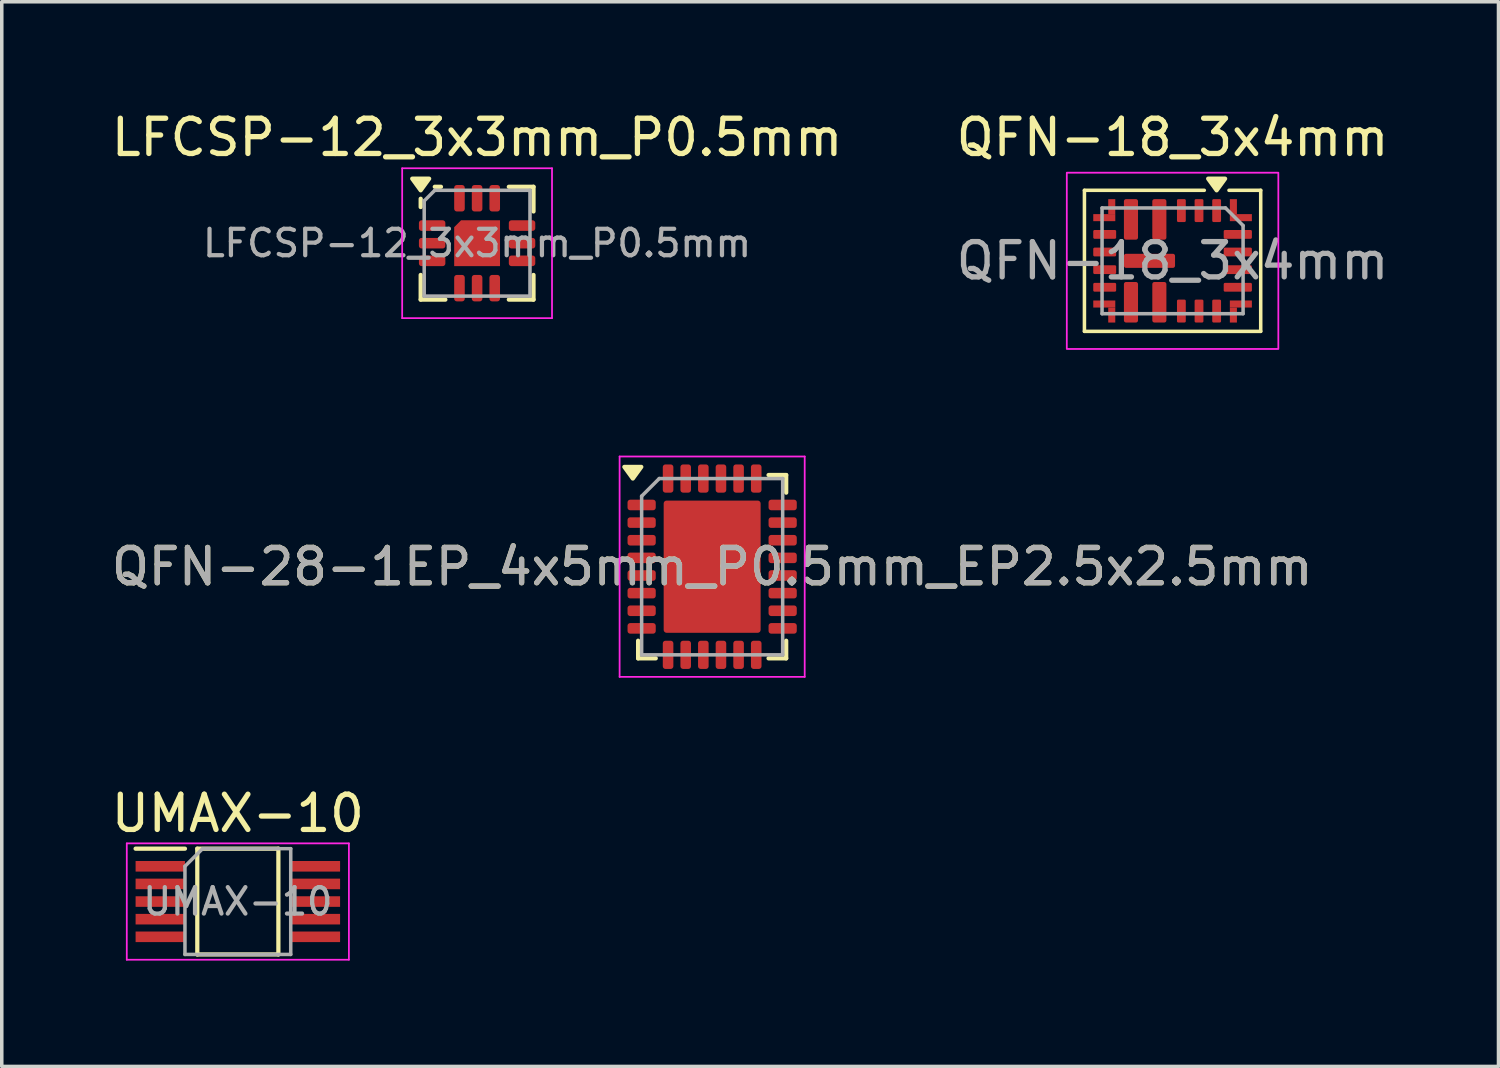
<source format=kicad_pcb>
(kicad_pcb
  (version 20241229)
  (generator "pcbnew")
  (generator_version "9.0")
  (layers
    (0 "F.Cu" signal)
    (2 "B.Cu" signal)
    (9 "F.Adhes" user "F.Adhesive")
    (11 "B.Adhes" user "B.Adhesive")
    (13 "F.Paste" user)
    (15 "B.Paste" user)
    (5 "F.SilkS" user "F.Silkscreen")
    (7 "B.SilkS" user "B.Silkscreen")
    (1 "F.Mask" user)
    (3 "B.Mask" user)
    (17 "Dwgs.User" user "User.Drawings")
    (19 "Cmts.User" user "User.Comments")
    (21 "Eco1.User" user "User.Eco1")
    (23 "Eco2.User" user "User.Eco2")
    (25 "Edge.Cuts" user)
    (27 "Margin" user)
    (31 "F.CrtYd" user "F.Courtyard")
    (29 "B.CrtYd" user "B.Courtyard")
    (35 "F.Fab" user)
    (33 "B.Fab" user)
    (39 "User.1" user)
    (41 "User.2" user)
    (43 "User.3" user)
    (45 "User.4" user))
  (footprint "LFCSP-12_3x3mm_P0.5mm"
    (layer "F.Cu")
    (at 10.482 3.848)
    (property "Reference" "LFCSP-12_3x3mm_P0.5mm" (at 0 -3 0) (layer "F.SilkS") (effects (font (size 1 1) (thickness 0.15))))
    (attr smd)
    (fp_line (start -1.6 -1.025) (end -1.6 -1.26) (stroke (width 0.12) (type solid)) (layer "F.SilkS"))
    (fp_line (start -1.6 1.6) (end -1.6 0.9) (stroke (width 0.12) (type solid)) (layer "F.SilkS"))
    (fp_line (start -1.025 -1.6) (end -1.2 -1.6) (stroke (width 0.12) (type solid)) (layer "F.SilkS"))
    (fp_line (start -0.9 1.6) (end -1.6 1.6) (stroke (width 0.12) (type solid)) (layer "F.SilkS"))
    (fp_line (start 0.9 -1.6) (end 1.6 -1.6) (stroke (width 0.12) (type solid)) (layer "F.SilkS"))
    (fp_line (start 1.6 -1.6) (end 1.6 -0.9) (stroke (width 0.12) (type solid)) (layer "F.SilkS"))
    (fp_line (start 1.6 0.9) (end 1.6 1.6) (stroke (width 0.12) (type solid)) (layer "F.SilkS"))
    (fp_line (start 1.6 1.6) (end 0.9 1.6) (stroke (width 0.12) (type solid)) (layer "F.SilkS"))
    (fp_poly (pts (xy -1.6 -1.5) (xy -1.84 -1.83) (xy -1.36 -1.83) (xy -1.6 -1.5)) (stroke (width 0.12) (type solid)) (fill yes) (layer "F.SilkS"))
    (fp_line (start -2.125 -2.125) (end 2.125 -2.125) (stroke (width 0.05) (type solid)) (layer "F.CrtYd"))
    (fp_line (start -2.125 2.125) (end -2.125 -2.125) (stroke (width 0.05) (type solid)) (layer "F.CrtYd"))
    (fp_line (start 2.125 -2.125) (end 2.125 2.125) (stroke (width 0.05) (type solid)) (layer "F.CrtYd"))
    (fp_line (start 2.125 2.125) (end -2.125 2.125) (stroke (width 0.05) (type solid)) (layer "F.CrtYd"))
    (fp_line (start -1.5 -1.2) (end -1.2 -1.5) (stroke (width 0.1) (type solid)) (layer "F.Fab"))
    (fp_line (start -1.5 1.5) (end -1.5 -1.2) (stroke (width 0.1) (type solid)) (layer "F.Fab"))
    (fp_line (start -1.2 -1.5) (end 1.5 -1.5) (stroke (width 0.1) (type solid)) (layer "F.Fab"))
    (fp_line (start 1.5 -1.5) (end 1.5 1.5) (stroke (width 0.1) (type solid)) (layer "F.Fab"))
    (fp_line (start 1.5 1.5) (end -1.5 1.5) (stroke (width 0.1) (type solid)) (layer "F.Fab"))
    (fp_text user "${REFERENCE}" (at 0 0 0) (layer "F.Fab") (effects (font (size 0.75 0.75) (thickness 0.12))))
    (pad "1" smd roundrect (at -1.275 -0.5 90) (size 0.3 0.75) (layers "F.Cu" "F.Mask" "F.Paste") (roundrect_rratio 0.25))
    (pad "2" smd roundrect (at -1.275 0 90) (size 0.3 0.75) (layers "F.Cu" "F.Mask" "F.Paste") (roundrect_rratio 0.25))
    (pad "3" smd roundrect (at -1.275 0.5 90) (size 0.3 0.75) (layers "F.Cu" "F.Mask" "F.Paste") (roundrect_rratio 0.25))
    (pad "4" smd roundrect (at -0.5 1.275) (size 0.3 0.75) (layers "F.Cu" "F.Mask" "F.Paste") (roundrect_rratio 0.25))
    (pad "5" smd roundrect (at 0 1.275) (size 0.3 0.75) (layers "F.Cu" "F.Mask" "F.Paste") (roundrect_rratio 0.25))
    (pad "6" smd roundrect (at 0.5 1.275) (size 0.3 0.75) (layers "F.Cu" "F.Mask" "F.Paste") (roundrect_rratio 0.25))
    (pad "7" smd roundrect (at 1.275 0.5 90) (size 0.3 0.75) (layers "F.Cu" "F.Mask" "F.Paste") (roundrect_rratio 0.25))
    (pad "8" smd roundrect (at 1.275 0 90) (size 0.3 0.75) (layers "F.Cu" "F.Mask" "F.Paste") (roundrect_rratio 0.25))
    (pad "9" smd roundrect (at 1.275 -0.5 90) (size 0.3 0.75) (layers "F.Cu" "F.Mask" "F.Paste") (roundrect_rratio 0.25))
    (pad "10" smd roundrect (at 0.5 -1.275) (size 0.3 0.75) (layers "F.Cu" "F.Mask" "F.Paste") (roundrect_rratio 0.25))
    (pad "11" smd roundrect (at 0 -1.275) (size 0.3 0.75) (layers "F.Cu" "F.Mask" "F.Paste") (roundrect_rratio 0.25))
    (pad "12" smd roundrect (at -0.5 -1.275) (size 0.3 0.75) (layers "F.Cu" "F.Mask" "F.Paste") (roundrect_rratio 0.25))
    (pad "13" smd roundrect (at 0 0) (size 1.3 1.3) (layers "F.Cu" "F.Mask" "F.Paste") (roundrect_rratio 0) (chamfer_ratio 0.15) (chamfer top_left)))
  (footprint "UMAX-10"
    (layer "F.Cu")
    (at 3.696 22.521)
    (property "Reference" "UMAX-10" (at 0 -2.5 0) (layer "F.SilkS") (effects (font (size 1 1) (thickness 0.15))))
    (attr smd)
    (fp_line (start -2.9 -1.5) (end -1.5 -1.5) (stroke (width 0.12) (type solid)) (layer "F.SilkS"))
    (fp_line (start -1.15 -1.5) (end 1.15 -1.5) (stroke (width 0.12) (type solid)) (layer "F.SilkS"))
    (fp_line (start -1.15 1.5) (end -1.15 -1.5) (stroke (width 0.12) (type solid)) (layer "F.SilkS"))
    (fp_line (start 1.15 -1.5) (end 1.15 1.5) (stroke (width 0.12) (type solid)) (layer "F.SilkS"))
    (fp_line (start 1.15 1.5) (end -1.15 1.5) (stroke (width 0.12) (type solid)) (layer "F.SilkS"))
    (fp_line (start -3.15 -1.65) (end 3.15 -1.65) (stroke (width 0.05) (type solid)) (layer "F.CrtYd"))
    (fp_line (start -3.15 1.65) (end -3.15 -1.65) (stroke (width 0.05) (type solid)) (layer "F.CrtYd"))
    (fp_line (start 3.15 -1.65) (end 3.15 1.65) (stroke (width 0.05) (type solid)) (layer "F.CrtYd"))
    (fp_line (start 3.15 1.65) (end -3.15 1.65) (stroke (width 0.05) (type solid)) (layer "F.CrtYd"))
    (fp_line (start -1.5 -1) (end -1 -1.5) (stroke (width 0.1) (type solid)) (layer "F.Fab"))
    (fp_line (start -1.5 1.5) (end -1.5 -1) (stroke (width 0.1) (type solid)) (layer "F.Fab"))
    (fp_line (start -1 -1.5) (end 1.5 -1.5) (stroke (width 0.1) (type solid)) (layer "F.Fab"))
    (fp_line (start 1.5 -1.5) (end 1.5 1.5) (stroke (width 0.1) (type solid)) (layer "F.Fab"))
    (fp_line (start 1.5 1.5) (end -1.5 1.5) (stroke (width 0.1) (type solid)) (layer "F.Fab"))
    (fp_text user "${REFERENCE}" (at 0 0 0) (layer "F.Fab") (effects (font (size 0.75 0.75) (thickness 0.12))))
    (pad "1" smd rect (at -2.2 -1 90) (size 0.3 1.4) (layers "F.Cu" "F.Mask" "F.Paste"))
    (pad "2" smd rect (at -2.2 -0.5 90) (size 0.3 1.4) (layers "F.Cu" "F.Mask" "F.Paste"))
    (pad "3" smd rect (at -2.2 0 90) (size 0.3 1.4) (layers "F.Cu" "F.Mask" "F.Paste"))
    (pad "4" smd rect (at -2.2 0.5 90) (size 0.3 1.4) (layers "F.Cu" "F.Mask" "F.Paste"))
    (pad "5" smd rect (at -2.2 1 90) (size 0.3 1.4) (layers "F.Cu" "F.Mask" "F.Paste"))
    (pad "6" smd rect (at 2.2 1 90) (size 0.3 1.4) (layers "F.Cu" "F.Mask" "F.Paste"))
    (pad "7" smd rect (at 2.2 0.5 90) (size 0.3 1.4) (layers "F.Cu" "F.Mask" "F.Paste"))
    (pad "8" smd rect (at 2.2 0 90) (size 0.3 1.4) (layers "F.Cu" "F.Mask" "F.Paste"))
    (pad "9" smd rect (at 2.2 -0.5 90) (size 0.3 1.4) (layers "F.Cu" "F.Mask" "F.Paste"))
    (pad "10" smd rect (at 2.2 -1 90) (size 0.3 1.4) (layers "F.Cu" "F.Mask" "F.Paste")))
  (footprint "QFN-18_3x4mm"
    (layer "F.Cu")
    (at 30.208 4.348)
    (property "Reference" "QFN-18_3x4mm" (at 0 -3.5 0) (layer "F.SilkS") (effects (font (size 1 1) (thickness 0.15))))
    (attr smd)
    (fp_line (start -2.5 -2) (end -2.5 2) (stroke (width 0.1) (type default)) (layer "F.SilkS"))
    (fp_line (start -2.5 -2) (end 0.9 -2) (stroke (width 0.1) (type default)) (layer "F.SilkS"))
    (fp_line (start -2.5 2) (end 2.5 2) (stroke (width 0.1) (type default)) (layer "F.SilkS"))
    (fp_line (start 2.5 -2) (end 1.6 -2) (stroke (width 0.1) (type default)) (layer "F.SilkS"))
    (fp_line (start 2.5 -2) (end 2.5 2) (stroke (width 0.1) (type default)) (layer "F.SilkS"))
    (fp_poly (pts (xy 1.25 -2) (xy 1.01 -2.33) (xy 1.49 -2.33) (xy 1.25 -2)) (stroke (width 0.12) (type solid)) (fill yes) (layer "F.SilkS"))
    (fp_rect (start -3 -2.5) (end 3 2.5) (stroke (width 0.05) (type default)) (fill no) (layer "F.CrtYd"))
    (fp_line (start -2 -1.5) (end 1.5 -1.5) (stroke (width 0.1) (type solid)) (layer "F.Fab"))
    (fp_line (start -2 1.5) (end -2 -1.5) (stroke (width 0.1) (type solid)) (layer "F.Fab"))
    (fp_line (start 1.5 -1.5) (end 2 -1) (stroke (width 0.1) (type default)) (layer "F.Fab"))
    (fp_line (start 2 -1) (end 2 1.5) (stroke (width 0.1) (type solid)) (layer "F.Fab"))
    (fp_line (start 2 1.5) (end -2 1.5) (stroke (width 0.1) (type solid)) (layer "F.Fab"))
    (fp_text user "${REFERENCE}" (at 0 0 0) (layer "F.Fab") (effects (font (size 1 1) (thickness 0.15))))
    (pad "1" smd roundrect (at 1.25 -1.425) (size 0.25 0.65) (layers "F.Cu" "F.Mask" "F.Paste") (roundrect_rratio 0.15))
    (pad "2" smd roundrect (at 0.75 -1.425) (size 0.25 0.65) (layers "F.Cu" "F.Mask" "F.Paste") (roundrect_rratio 0.15))
    (pad "3" smd roundrect (at 0.25 -1.425) (size 0.25 0.65) (layers "F.Cu" "F.Mask" "F.Paste") (roundrect_rratio 0.15))
    (pad "4" smd roundrect (at -0.375 -1.175) (size 0.4 1.15) (layers "F.Cu" "F.Mask" "F.Paste") (roundrect_rratio 0.15))
    (pad "6" smd roundrect (at -1.18 -1.175) (size 0.4 1.15) (layers "F.Cu" "F.Mask" "F.Paste") (roundrect_rratio 0.15))
    (pad "7" smd roundrect (at -1.925 -0.75 90) (size 0.25 0.65) (layers "F.Cu" "F.Mask" "F.Paste") (roundrect_rratio 0.15))
    (pad "8" smd roundrect (at -1.925 -0.25 90) (size 0.25 0.65) (layers "F.Cu" "F.Mask" "F.Paste") (roundrect_rratio 0.15))
    (pad "9" smd roundrect (at -1.925 0.25 90) (size 0.25 0.65) (layers "F.Cu" "F.Mask" "F.Paste") (roundrect_rratio 0.15))
    (pad "10" smd roundrect (at -1.925 0.75 90) (size 0.25 0.65) (layers "F.Cu" "F.Mask" "F.Paste") (roundrect_rratio 0.15))
    (pad "11" smd roundrect (at -1.18 1.175) (size 0.4 1.15) (layers "F.Cu" "F.Mask" "F.Paste") (roundrect_rratio 0.15))
    (pad "13" smd roundrect (at -0.375 1.175) (size 0.4 1.15) (layers "F.Cu" "F.Mask" "F.Paste") (roundrect_rratio 0.15))
    (pad "14" smd roundrect (at 0.25 1.425) (size 0.25 0.65) (layers "F.Cu" "F.Mask" "F.Paste") (roundrect_rratio 0.15))
    (pad "15" smd roundrect (at 0.75 1.425) (size 0.25 0.65) (layers "F.Cu" "F.Mask" "F.Paste") (roundrect_rratio 0.15))
    (pad "16" smd roundrect (at 1.25 1.425) (size 0.25 0.65) (layers "F.Cu" "F.Mask" "F.Paste") (roundrect_rratio 0.15))
    (pad "17" smd roundrect (at 1.85 0.75 90) (size 0.25 0.8) (layers "F.Cu" "F.Mask" "F.Paste") (roundrect_rratio 0.15))
    (pad "18" smd rect (at -1.937 -1.225 90) (size 0.2 0.625) (layers "F.Cu" "F.Mask" "F.Paste"))
    (pad "18" smd rect (at -1.937 1.225 90) (size 0.2 0.625) (layers "F.Cu" "F.Mask" "F.Paste"))
    (pad "18" smd rect (at -1.725 -1.537) (size 0.2 0.425) (layers "F.Cu" "F.Mask" "F.Paste"))
    (pad "18" smd rect (at -1.725 1.538) (size 0.2 0.425) (layers "F.Cu" "F.Mask" "F.Paste"))
    (pad "18" smd rect (at 1.725 -1.537) (size 0.2 0.425) (layers "F.Cu" "F.Mask" "F.Paste"))
    (pad "18" smd rect (at 1.725 1.538) (size 0.2 0.425) (layers "F.Cu" "F.Mask" "F.Paste"))
    (pad "18" smd roundrect (at 1.85 0.25 90) (size 0.25 0.8) (layers "F.Cu" "F.Mask" "F.Paste") (roundrect_rratio 0.15))
    (pad "18" smd rect (at 1.937 -1.225 90) (size 0.2 0.625) (layers "F.Cu" "F.Mask" "F.Paste"))
    (pad "18" smd rect (at 1.937 1.225 90) (size 0.2 0.625) (layers "F.Cu" "F.Mask" "F.Paste"))
    (pad "19" smd roundrect (at 1.85 -0.25 90) (size 0.25 0.8) (layers "F.Cu" "F.Mask" "F.Paste") (roundrect_rratio 0.15))
    (pad "20" smd roundrect (at 1.85 -0.75 90) (size 0.25 0.8) (layers "F.Cu" "F.Mask" "F.Paste") (roundrect_rratio 0.15))
    (pad "21" smd roundrect (at -0.655 0 90) (size 0.4 1.45) (layers "F.Cu" "F.Mask" "F.Paste") (roundrect_rratio 0.15)))
  (footprint "QFN-28-1EP_4x5mm_P0.5mm_EP2.5x2.5mm"
    (layer "F.Cu")
    (at 17.149 13.023)
    (property "Reference" "QFN-28-1EP_4x5mm_P0.5mm_EP2.5x2.5mm" (at 0 0 0) (layer "F.SilkS") (effects (font (size 1 1) (thickness 0.15))))
    (attr smd)
    (fp_line (start -2.1 2.6) (end -2.1 2.1) (stroke (width 0.12) (type solid)) (layer "F.SilkS"))
    (fp_line (start -1.6 2.6) (end -2.1 2.6) (stroke (width 0.12) (type solid)) (layer "F.SilkS"))
    (fp_line (start 1.6 -2.6) (end 2.1 -2.6) (stroke (width 0.12) (type solid)) (layer "F.SilkS"))
    (fp_line (start 1.6 2.6) (end 2.1 2.6) (stroke (width 0.12) (type solid)) (layer "F.SilkS"))
    (fp_line (start 2.1 -2.6) (end 2.1 -2.1) (stroke (width 0.12) (type solid)) (layer "F.SilkS"))
    (fp_line (start 2.1 2.6) (end 2.1 2.1) (stroke (width 0.12) (type solid)) (layer "F.SilkS"))
    (fp_poly (pts (xy -2.25 -2.5) (xy -2.49 -2.83) (xy -2.01 -2.83) (xy -2.25 -2.5)) (stroke (width 0.12) (type solid)) (fill yes) (layer "F.SilkS"))
    (fp_line (start -2.625 -3.125) (end 2.625 -3.125) (stroke (width 0.05) (type solid)) (layer "F.CrtYd"))
    (fp_line (start -2.625 3.125) (end -2.625 -3.125) (stroke (width 0.05) (type solid)) (layer "F.CrtYd"))
    (fp_line (start 2.625 -3.125) (end 2.625 3.125) (stroke (width 0.05) (type solid)) (layer "F.CrtYd"))
    (fp_line (start 2.625 3.125) (end -2.625 3.125) (stroke (width 0.05) (type solid)) (layer "F.CrtYd"))
    (fp_line (start -2 -2) (end -1.5 -2.5) (stroke (width 0.1) (type solid)) (layer "F.Fab"))
    (fp_line (start -2 2.5) (end -2 -2) (stroke (width 0.1) (type solid)) (layer "F.Fab"))
    (fp_line (start -1.5 -2.5) (end 2 -2.5) (stroke (width 0.1) (type solid)) (layer "F.Fab"))
    (fp_line (start 2 -2.5) (end 2 2.5) (stroke (width 0.1) (type solid)) (layer "F.Fab"))
    (fp_line (start 2 2.5) (end -2 2.5) (stroke (width 0.1) (type solid)) (layer "F.Fab"))
    (fp_text user "${REFERENCE}" (at 0 0 0) (layer "F.Fab") (effects (font (size 1 1) (thickness 0.15))))
    (pad "1" smd roundrect (at -2 -1.75 90) (size 0.3 0.8) (layers "F.Cu" "F.Mask" "F.Paste") (roundrect_rratio 0.25))
    (pad "2" smd roundrect (at -2 -1.25 90) (size 0.3 0.8) (layers "F.Cu" "F.Mask" "F.Paste") (roundrect_rratio 0.25))
    (pad "3" smd roundrect (at -2 -0.75 90) (size 0.3 0.8) (layers "F.Cu" "F.Mask" "F.Paste") (roundrect_rratio 0.25))
    (pad "4" smd roundrect (at -2 -0.25 90) (size 0.3 0.8) (layers "F.Cu" "F.Mask" "F.Paste") (roundrect_rratio 0.25))
    (pad "5" smd roundrect (at -2 0.25 90) (size 0.3 0.8) (layers "F.Cu" "F.Mask" "F.Paste") (roundrect_rratio 0.25))
    (pad "6" smd roundrect (at -2 0.75 90) (size 0.3 0.8) (layers "F.Cu" "F.Mask" "F.Paste") (roundrect_rratio 0.25))
    (pad "7" smd roundrect (at -2 1.25 90) (size 0.3 0.8) (layers "F.Cu" "F.Mask" "F.Paste") (roundrect_rratio 0.25))
    (pad "8" smd roundrect (at -2 1.75 90) (size 0.3 0.8) (layers "F.Cu" "F.Mask" "F.Paste") (roundrect_rratio 0.25))
    (pad "9" smd roundrect (at -1.25 2.5) (size 0.3 0.8) (layers "F.Cu" "F.Mask" "F.Paste") (roundrect_rratio 0.25))
    (pad "10" smd roundrect (at -0.75 2.5) (size 0.3 0.8) (layers "F.Cu" "F.Mask" "F.Paste") (roundrect_rratio 0.25))
    (pad "11" smd roundrect (at -0.25 2.5) (size 0.3 0.8) (layers "F.Cu" "F.Mask" "F.Paste") (roundrect_rratio 0.25))
    (pad "12" smd roundrect (at 0.25 2.5) (size 0.3 0.8) (layers "F.Cu" "F.Mask" "F.Paste") (roundrect_rratio 0.25))
    (pad "13" smd roundrect (at 0.75 2.5) (size 0.3 0.8) (layers "F.Cu" "F.Mask" "F.Paste") (roundrect_rratio 0.25))
    (pad "14" smd roundrect (at 1.25 2.5) (size 0.3 0.8) (layers "F.Cu" "F.Mask" "F.Paste") (roundrect_rratio 0.25))
    (pad "15" smd roundrect (at 2 1.75 90) (size 0.3 0.8) (layers "F.Cu" "F.Mask" "F.Paste") (roundrect_rratio 0.25))
    (pad "16" smd roundrect (at 2 1.25 90) (size 0.3 0.8) (layers "F.Cu" "F.Mask" "F.Paste") (roundrect_rratio 0.25))
    (pad "17" smd roundrect (at 2 0.75 90) (size 0.3 0.8) (layers "F.Cu" "F.Mask" "F.Paste") (roundrect_rratio 0.25))
    (pad "18" smd roundrect (at 2 0.25 90) (size 0.3 0.8) (layers "F.Cu" "F.Mask" "F.Paste") (roundrect_rratio 0.25))
    (pad "19" smd roundrect (at 2 -0.25 90) (size 0.3 0.8) (layers "F.Cu" "F.Mask" "F.Paste") (roundrect_rratio 0.25))
    (pad "20" smd roundrect (at 2 -0.75 90) (size 0.3 0.8) (layers "F.Cu" "F.Mask" "F.Paste") (roundrect_rratio 0.25))
    (pad "21" smd roundrect (at 2 -1.25 90) (size 0.3 0.8) (layers "F.Cu" "F.Mask" "F.Paste") (roundrect_rratio 0.25))
    (pad "22" smd roundrect (at 2 -1.75 90) (size 0.3 0.8) (layers "F.Cu" "F.Mask" "F.Paste") (roundrect_rratio 0.25))
    (pad "23" smd roundrect (at 1.25 -2.5) (size 0.3 0.8) (layers "F.Cu" "F.Mask" "F.Paste") (roundrect_rratio 0.25))
    (pad "24" smd roundrect (at 0.75 -2.5) (size 0.3 0.8) (layers "F.Cu" "F.Mask" "F.Paste") (roundrect_rratio 0.25))
    (pad "25" smd roundrect (at 0.25 -2.5) (size 0.3 0.8) (layers "F.Cu" "F.Mask" "F.Paste") (roundrect_rratio 0.25))
    (pad "26" smd roundrect (at -0.25 -2.5) (size 0.3 0.8) (layers "F.Cu" "F.Mask" "F.Paste") (roundrect_rratio 0.25))
    (pad "27" smd roundrect (at -0.75 -2.5) (size 0.3 0.8) (layers "F.Cu" "F.Mask" "F.Paste") (roundrect_rratio 0.25))
    (pad "28" smd roundrect (at -1.25 -2.5) (size 0.3 0.8) (layers "F.Cu" "F.Mask" "F.Paste") (roundrect_rratio 0.25))
    (pad "29" smd roundrect (at 0 0) (size 2.75 3.75) (layers "F.Cu" "F.Mask" "F.Paste") (roundrect_rratio 0.03)))
  (gr_rect
    (start -3 -3)
    (end 39.452 27.197)
    (stroke (width 0.1) (type default))
    (fill no)
    (layer "Edge.Cuts")))
</source>
